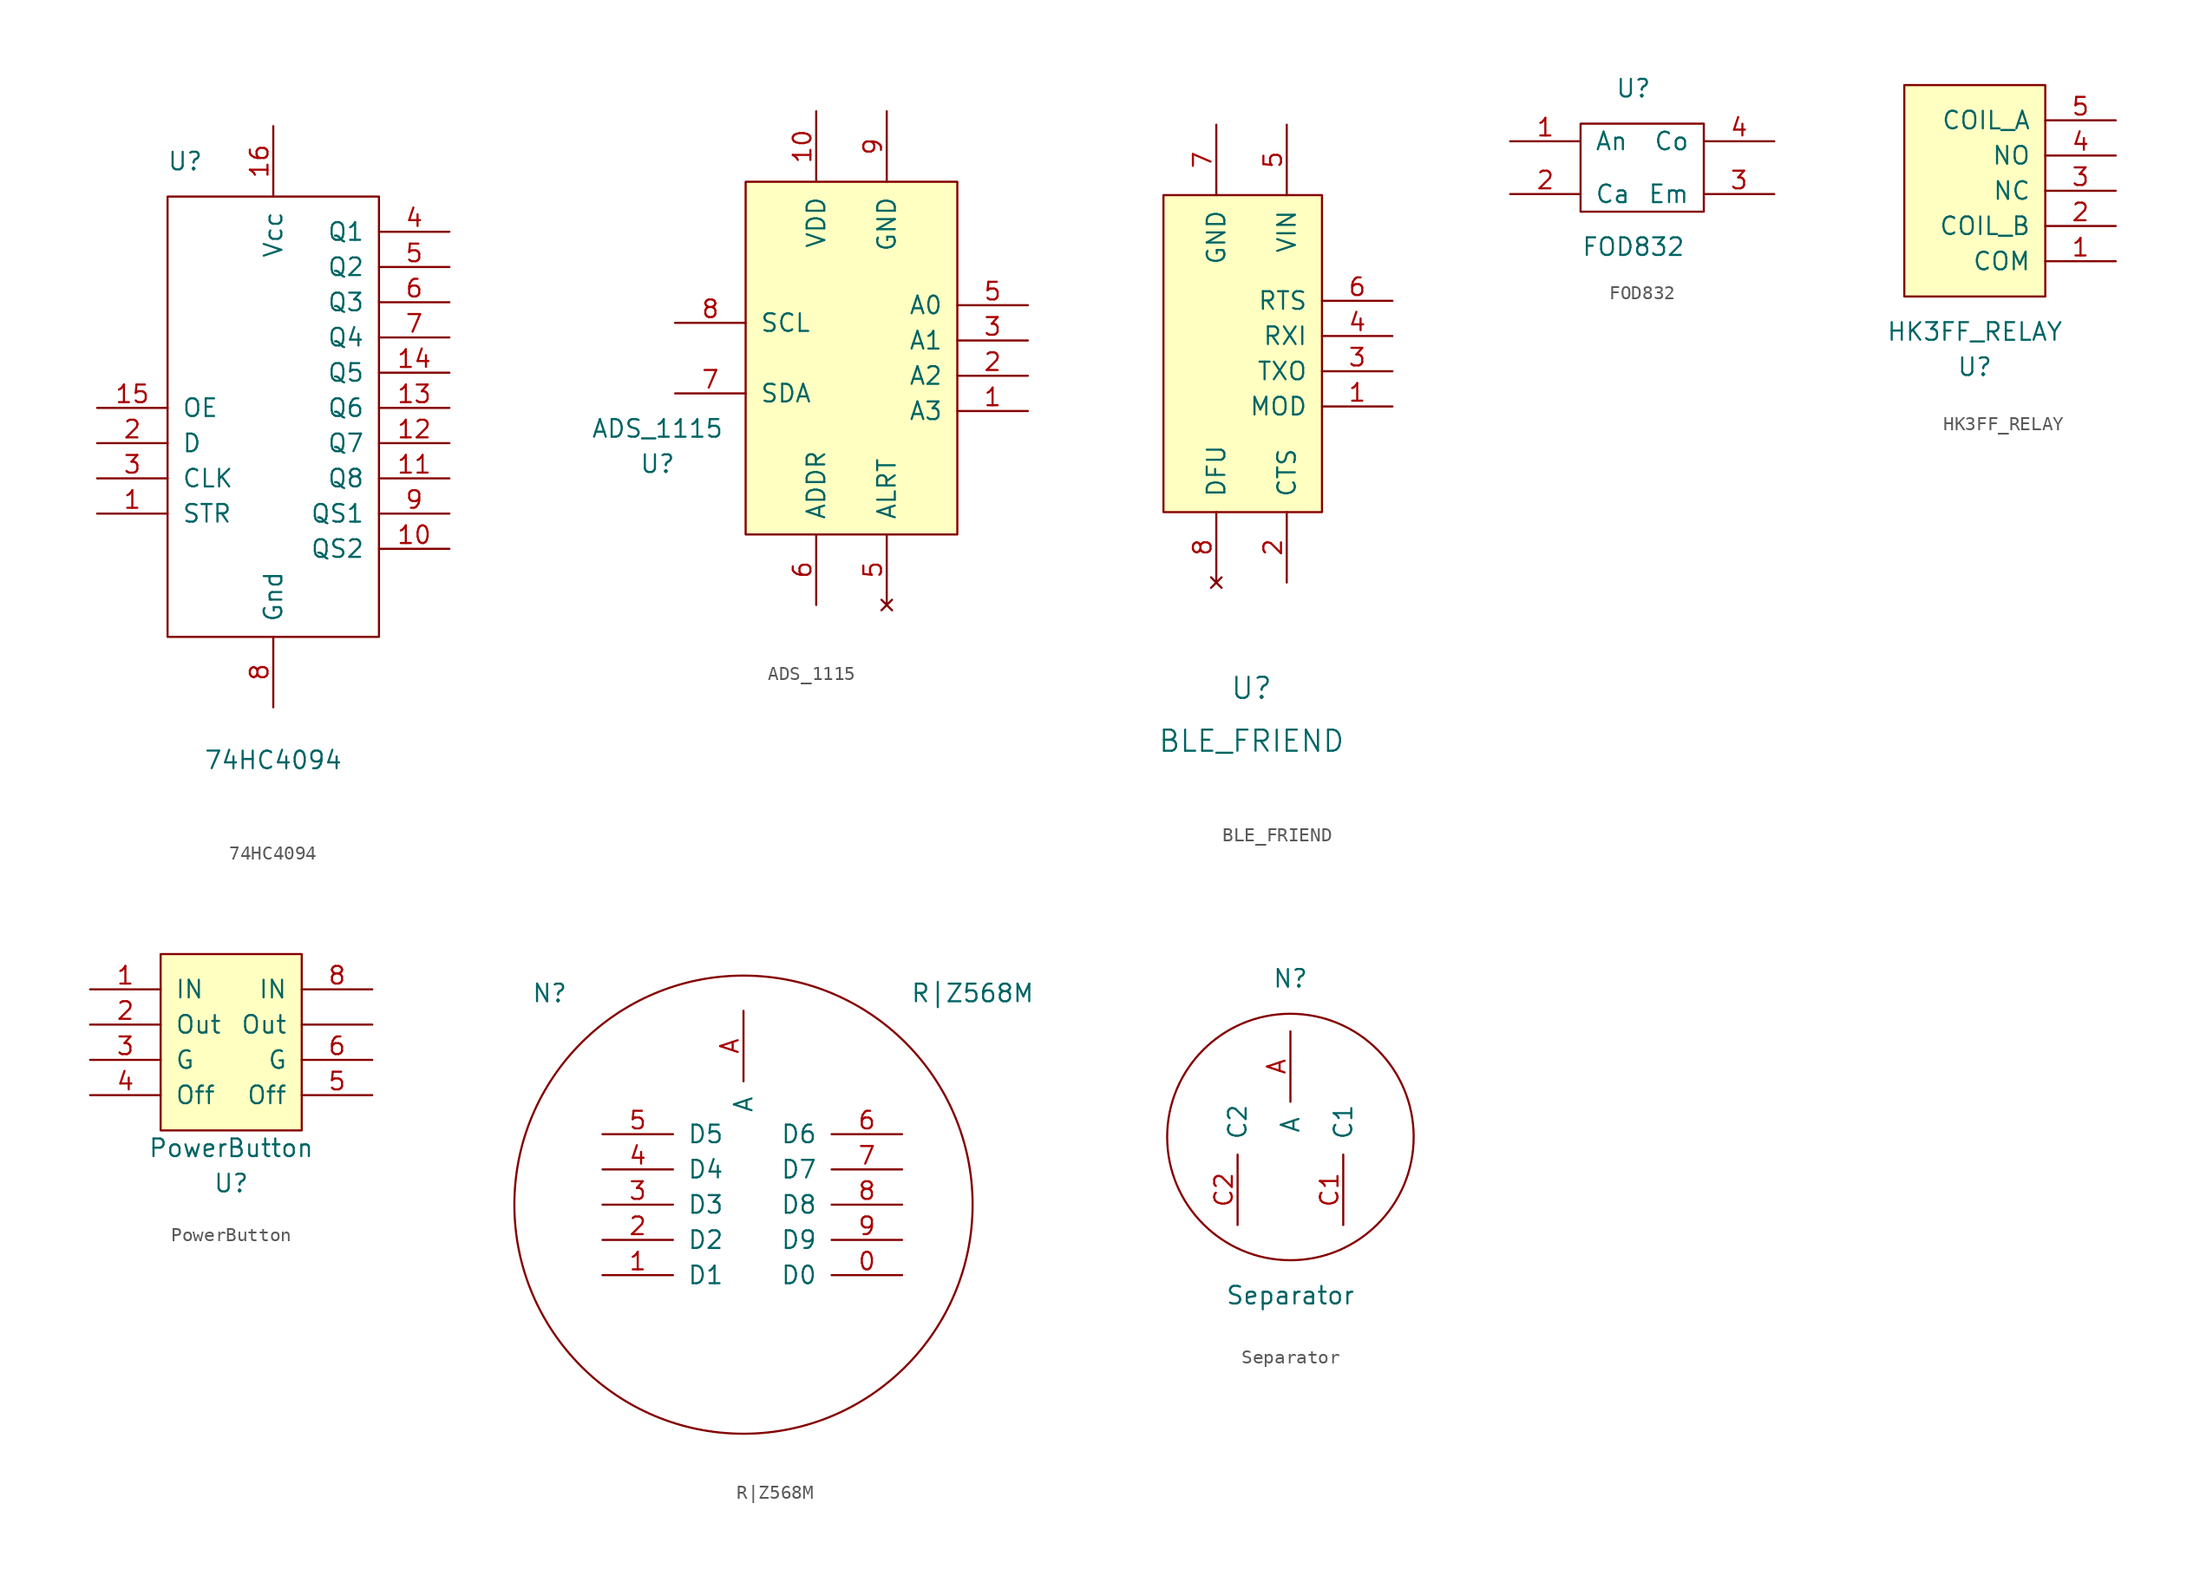
<source format=kicad_sym>
(kicad_symbol_lib
  (version 20220914)
  (generator kicad_symbol_editor)
  (symbol "74HC4094"
    (pin_names
      (offset 1.016))
    (property "Reference" "U"
      (at -6.35 16.51 0)
      (effects (font (size 1.27 1.27))))
    (property "Value" "74HC4094"
      (at 0 -26.67 0)
      (effects (font (size 1.27 1.27))))
    (symbol "74HC4094_0_1"
      (rectangle (start -7.62 13.97) (end 7.62 -17.78) (stroke (width 0) (type solid)) (fill (type none))))
    (symbol "74HC4094_1_1"
      (pin input line (at -12.7 -8.89 0) (length 5.08) (name "STR" (effects (font (size 1.27 1.27)))) (number "1" (effects (font (size 1.27 1.27)))))
      (pin output line (at 12.7 -11.43 180) (length 5.08) (name "QS2" (effects (font (size 1.27 1.27)))) (number "10" (effects (font (size 1.27 1.27)))))
      (pin output line (at 12.7 -6.35 180) (length 5.08) (name "Q8" (effects (font (size 1.27 1.27)))) (number "11" (effects (font (size 1.27 1.27)))))
      (pin output line (at 12.7 -3.81 180) (length 5.08) (name "Q7" (effects (font (size 1.27 1.27)))) (number "12" (effects (font (size 1.27 1.27)))))
      (pin output line (at 12.7 -1.27 180) (length 5.08) (name "Q6" (effects (font (size 1.27 1.27)))) (number "13" (effects (font (size 1.27 1.27)))))
      (pin output line (at 12.7 1.27 180) (length 5.08) (name "Q5" (effects (font (size 1.27 1.27)))) (number "14" (effects (font (size 1.27 1.27)))))
      (pin input line (at -12.7 -1.27 0) (length 5.08) (name "OE" (effects (font (size 1.27 1.27)))) (number "15" (effects (font (size 1.27 1.27)))))
      (pin power_in line (at 0 19.05 270) (length 5.08) (name "Vcc" (effects (font (size 1.27 1.27)))) (number "16" (effects (font (size 1.27 1.27)))))
      (pin input line (at -12.7 -3.81 0) (length 5.08) (name "D" (effects (font (size 1.27 1.27)))) (number "2" (effects (font (size 1.27 1.27)))))
      (pin input line (at -12.7 -6.35 0) (length 5.08) (name "CLK" (effects (font (size 1.27 1.27)))) (number "3" (effects (font (size 1.27 1.27)))))
      (pin output line (at 12.7 11.43 180) (length 5.08) (name "Q1" (effects (font (size 1.27 1.27)))) (number "4" (effects (font (size 1.27 1.27)))))
      (pin output line (at 12.7 8.89 180) (length 5.08) (name "Q2" (effects (font (size 1.27 1.27)))) (number "5" (effects (font (size 1.27 1.27)))))
      (pin output line (at 12.7 6.35 180) (length 5.08) (name "Q3" (effects (font (size 1.27 1.27)))) (number "6" (effects (font (size 1.27 1.27)))))
      (pin output line (at 12.7 3.81 180) (length 5.08) (name "Q4" (effects (font (size 1.27 1.27)))) (number "7" (effects (font (size 1.27 1.27)))))
      (pin power_in line (at 0 -22.86 90) (length 5.08) (name "Gnd" (effects (font (size 1.27 1.27)))) (number "8" (effects (font (size 1.27 1.27)))))
      (pin output line (at 12.7 -8.89 180) (length 5.08) (name "QS1" (effects (font (size 1.27 1.27)))) (number "9" (effects (font (size 1.27 1.27)))))))
  (symbol "ADS_1115"
    (pin_names
      (offset 1.016))
    (property "Reference" "U"
      (at -13.97 -7.62 0)
      (effects (font (size 1.27 1.27))))
    (property "Value" "ADS_1115"
      (at -13.97 -5.08 0)
      (effects (font (size 1.27 1.27))))
    (symbol "ADS_1115_0_1"
      (rectangle (start -7.62 12.7) (end 7.62 -12.7) (stroke (width 0) (type solid)) (fill (type background))))
    (symbol "ADS_1115_1_1"
      (pin input line (at 12.7 -3.81 180) (length 5.08) (name "A3" (effects (font (size 1.27 1.27)))) (number "1" (effects (font (size 1.27 1.27)))))
      (pin power_in line (at -2.54 17.78 270) (length 5.08) (name "VDD" (effects (font (size 1.27 1.27)))) (number "10" (effects (font (size 1.27 1.27)))))
      (pin input line (at 12.7 -1.27 180) (length 5.08) (name "A2" (effects (font (size 1.27 1.27)))) (number "2" (effects (font (size 1.27 1.27)))))
      (pin input line (at 12.7 1.27 180) (length 5.08) (name "A1" (effects (font (size 1.27 1.27)))) (number "3" (effects (font (size 1.27 1.27)))))
      (pin input line (at 12.7 3.81 180) (length 5.08) (name "A0" (effects (font (size 1.27 1.27)))) (number "5" (effects (font (size 1.27 1.27)))))
      (pin no_connect line (at 2.54 -17.78 90) (length 5.08) (name "ALRT" (effects (font (size 1.27 1.27)))) (number "5" (effects (font (size 1.27 1.27)))))
      (pin input line (at -2.54 -17.78 90) (length 5.08) (name "ADDR" (effects (font (size 1.27 1.27)))) (number "6" (effects (font (size 1.27 1.27)))))
      (pin open_collector line (at -12.7 -2.54 0) (length 5.08) (name "SDA" (effects (font (size 1.27 1.27)))) (number "7" (effects (font (size 1.27 1.27)))))
      (pin open_collector line (at -12.7 2.54 0) (length 5.08) (name "SCL" (effects (font (size 1.27 1.27)))) (number "8" (effects (font (size 1.27 1.27)))))
      (pin power_in line (at 2.54 17.78 270) (length 5.08) (name "GND" (effects (font (size 1.27 1.27)))) (number "9" (effects (font (size 1.27 1.27)))))))
  (symbol "BLE_FRIEND"
    (pin_names
      (offset 1.016))
    (property "Reference" "U"
      (at 0 -25.4 0)
      (effects (font (size 1.524 1.524))))
    (property "Value" "BLE_FRIEND"
      (at 0 -29.21 0)
      (effects (font (size 1.524 1.524))))
    (symbol "BLE_FRIEND_0_1"
      (rectangle (start -6.35 10.16) (end 5.08 -12.7) (stroke (width 0) (type solid)) (fill (type background))))
    (symbol "BLE_FRIEND_1_1"
      (pin input line (at 10.16 -5.08 180) (length 5.08) (name "MOD" (effects (font (size 1.27 1.27)))) (number "1" (effects (font (size 1.27 1.27)))))
      (pin input line (at 2.54 -17.78 90) (length 5.08) (name "CTS" (effects (font (size 1.27 1.27)))) (number "2" (effects (font (size 1.27 1.27)))))
      (pin output line (at 10.16 -2.54 180) (length 5.08) (name "TXO" (effects (font (size 1.27 1.27)))) (number "3" (effects (font (size 1.27 1.27)))))
      (pin input line (at 10.16 0 180) (length 5.08) (name "RXI" (effects (font (size 1.27 1.27)))) (number "4" (effects (font (size 1.27 1.27)))))
      (pin power_in line (at 2.54 15.24 270) (length 5.08) (name "VIN" (effects (font (size 1.27 1.27)))) (number "5" (effects (font (size 1.27 1.27)))))
      (pin input line (at 10.16 2.54 180) (length 5.08) (name "RTS" (effects (font (size 1.27 1.27)))) (number "6" (effects (font (size 1.27 1.27)))))
      (pin power_in line (at -2.54 15.24 270) (length 5.08) (name "GND" (effects (font (size 1.27 1.27)))) (number "7" (effects (font (size 1.27 1.27)))))
      (pin no_connect line (at -2.54 -17.78 90) (length 5.08) (name "DFU" (effects (font (size 1.27 1.27)))) (number "8" (effects (font (size 1.27 1.27)))))))
  (symbol "FOD832"
    (pin_names
      (offset 1.016))
    (property "Reference" "U"
      (at 0 6.35 0)
      (effects (font (size 1.27 1.27))))
    (property "Value" "FOD832"
      (at 0 -5.08 0)
      (effects (font (size 1.27 1.27))))
    (symbol "FOD832_0_1"
      (rectangle (start -3.81 3.81) (end 5.08 -2.54) (stroke (width 0) (type solid)) (fill (type none))))
    (symbol "FOD832_1_1"
      (pin input line (at -8.89 2.54 0) (length 5.08) (name "An" (effects (font (size 1.27 1.27)))) (number "1" (effects (font (size 1.27 1.27)))))
      (pin input line (at -8.89 -1.27 0) (length 5.08) (name "Ca" (effects (font (size 1.27 1.27)))) (number "2" (effects (font (size 1.27 1.27)))))
      (pin input line (at 10.16 -1.27 180) (length 5.08) (name "Em" (effects (font (size 1.27 1.27)))) (number "3" (effects (font (size 1.27 1.27)))))
      (pin input line (at 10.16 2.54 180) (length 5.08) (name "Co" (effects (font (size 1.27 1.27)))) (number "4" (effects (font (size 1.27 1.27)))))))
  (symbol "HK3FF_RELAY"
    (pin_names
      (offset 1.016))
    (property "Reference" "U"
      (at 0 -12.7 0)
      (effects (font (size 1.27 1.27))))
    (property "Value" "HK3FF_RELAY"
      (at 0 -10.16 0)
      (effects (font (size 1.27 1.27))))
    (symbol "HK3FF_RELAY_0_1"
      (rectangle (start -5.08 7.62) (end 5.08 -7.62) (stroke (width 0) (type solid)) (fill (type background))))
    (symbol "HK3FF_RELAY_1_1"
      (pin unspecified line (at 10.16 -5.08 180) (length 5.08) (name "COM" (effects (font (size 1.27 1.27)))) (number "1" (effects (font (size 1.27 1.27)))))
      (pin power_in line (at 10.16 -2.54 180) (length 5.08) (name "COIL_B" (effects (font (size 1.27 1.27)))) (number "2" (effects (font (size 1.27 1.27)))))
      (pin unspecified line (at 10.16 0 180) (length 5.08) (name "NC" (effects (font (size 1.27 1.27)))) (number "3" (effects (font (size 1.27 1.27)))))
      (pin unspecified line (at 10.16 2.54 180) (length 5.08) (name "NO" (effects (font (size 1.27 1.27)))) (number "4" (effects (font (size 1.27 1.27)))))
      (pin power_in line (at 10.16 5.08 180) (length 5.08) (name "COIL_A" (effects (font (size 1.27 1.27)))) (number "5" (effects (font (size 1.27 1.27)))))))
  (symbol "PowerButton"
    (pin_names
      (offset 1.016))
    (property "Reference" "U"
      (at 0 -10.16 0)
      (effects (font (size 1.27 1.27))))
    (property "Value" "PowerButton"
      (at 0 -7.62 0)
      (effects (font (size 1.27 1.27))))
    (symbol "PowerButton_0_1"
      (rectangle (start -5.08 6.35) (end 5.08 -6.35) (stroke (width 0) (type solid)) (fill (type background))))
    (symbol "PowerButton_1_1"
      (pin power_in line (at -10.16 3.81 0) (length 5.08) (name "IN" (effects (font (size 1.27 1.27)))) (number "1" (effects (font (size 1.27 1.27)))))
      (pin power_out line (at -10.16 1.27 0) (length 5.08) (name "Out" (effects (font (size 1.27 1.27)))) (number "2" (effects (font (size 1.27 1.27)))))
      (pin power_in line (at -10.16 -1.27 0) (length 5.08) (name "G" (effects (font (size 1.27 1.27)))) (number "3" (effects (font (size 1.27 1.27)))))
      (pin input line (at -10.16 -3.81 0) (length 5.08) (name "Off" (effects (font (size 1.27 1.27)))) (number "4" (effects (font (size 1.27 1.27)))))
      (pin input line (at 10.16 -3.81 180) (length 5.08) (name "Off" (effects (font (size 1.27 1.27)))) (number "5" (effects (font (size 1.27 1.27)))))
      (pin power_in line (at 10.16 -1.27 180) (length 5.08) (name "G" (effects (font (size 1.27 1.27)))) (number "6" (effects (font (size 1.27 1.27)))))
      (pin power_in line (at 10.16 3.81 180) (length 5.08) (name "IN" (effects (font (size 1.27 1.27)))) (number "8" (effects (font (size 1.27 1.27)))))
      (pin power_out line (at 10.16 1.27 180) (length 5.08) (name "Out" (effects (font (size 1.27 1.27)))) (number "~" (effects (font (size 1.27 1.27)))))))
  (symbol "R|Z568M"
    (pin_names
      (offset 1.016))
    (property "Reference" "N"
      (at -13.97 15.24 0)
      (effects (font (size 1.27 1.27))))
    (property "Value" "R|Z568M"
      (at 16.51 15.24 0)
      (effects (font (size 1.27 1.27))))
    (symbol "R|Z568M_0_1"
      (circle (center 0 0) (radius 16.51) (stroke (width 0) (type solid)) (fill (type none))))
    (symbol "R|Z568M_1_1"
      (pin input line (at 11.43 -5.08 180) (length 5.08) (name "D0" (effects (font (size 1.27 1.27)))) (number "0" (effects (font (size 1.27 1.27)))))
      (pin input line (at -10.16 -5.08 0) (length 5.08) (name "D1" (effects (font (size 1.27 1.27)))) (number "1" (effects (font (size 1.27 1.27)))))
      (pin input line (at -10.16 -2.54 0) (length 5.08) (name "D2" (effects (font (size 1.27 1.27)))) (number "2" (effects (font (size 1.27 1.27)))))
      (pin input line (at -10.16 0 0) (length 5.08) (name "D3" (effects (font (size 1.27 1.27)))) (number "3" (effects (font (size 1.27 1.27)))))
      (pin input line (at -10.16 2.54 0) (length 5.08) (name "D4" (effects (font (size 1.27 1.27)))) (number "4" (effects (font (size 1.27 1.27)))))
      (pin input line (at -10.16 5.08 0) (length 5.08) (name "D5" (effects (font (size 1.27 1.27)))) (number "5" (effects (font (size 1.27 1.27)))))
      (pin input line (at 11.43 5.08 180) (length 5.08) (name "D6" (effects (font (size 1.27 1.27)))) (number "6" (effects (font (size 1.27 1.27)))))
      (pin input line (at 11.43 2.54 180) (length 5.08) (name "D7" (effects (font (size 1.27 1.27)))) (number "7" (effects (font (size 1.27 1.27)))))
      (pin input line (at 11.43 0 180) (length 5.08) (name "D8" (effects (font (size 1.27 1.27)))) (number "8" (effects (font (size 1.27 1.27)))))
      (pin input line (at 11.43 -2.54 180) (length 5.08) (name "D9" (effects (font (size 1.27 1.27)))) (number "9" (effects (font (size 1.27 1.27)))))
      (pin input line (at 0 13.97 270) (length 5.08) (name "A" (effects (font (size 1.27 1.27)))) (number "A" (effects (font (size 1.27 1.27)))))))
  (symbol "Separator"
    (pin_names
      (offset 1.016))
    (property "Reference" "N"
      (at 0 11.43 0)
      (effects (font (size 1.27 1.27))))
    (property "Value" "Separator"
      (at 0 -11.43 0)
      (effects (font (size 1.27 1.27))))
    (symbol "Separator_0_1"
      (circle (center 0 0) (radius 8.89) (stroke (width 0) (type solid)) (fill (type none))))
    (symbol "Separator_1_1"
      (pin input line (at 0 7.62 270) (length 5.08) (name "A" (effects (font (size 1.27 1.27)))) (number "A" (effects (font (size 1.27 1.27)))))
      (pin input line (at 3.81 -6.35 90) (length 5.08) (name "C1" (effects (font (size 1.27 1.27)))) (number "C1" (effects (font (size 1.27 1.27)))))
      (pin input line (at -3.81 -6.35 90) (length 5.08) (name "C2" (effects (font (size 1.27 1.27)))) (number "C2" (effects (font (size 1.27 1.27))))))))
</source>
